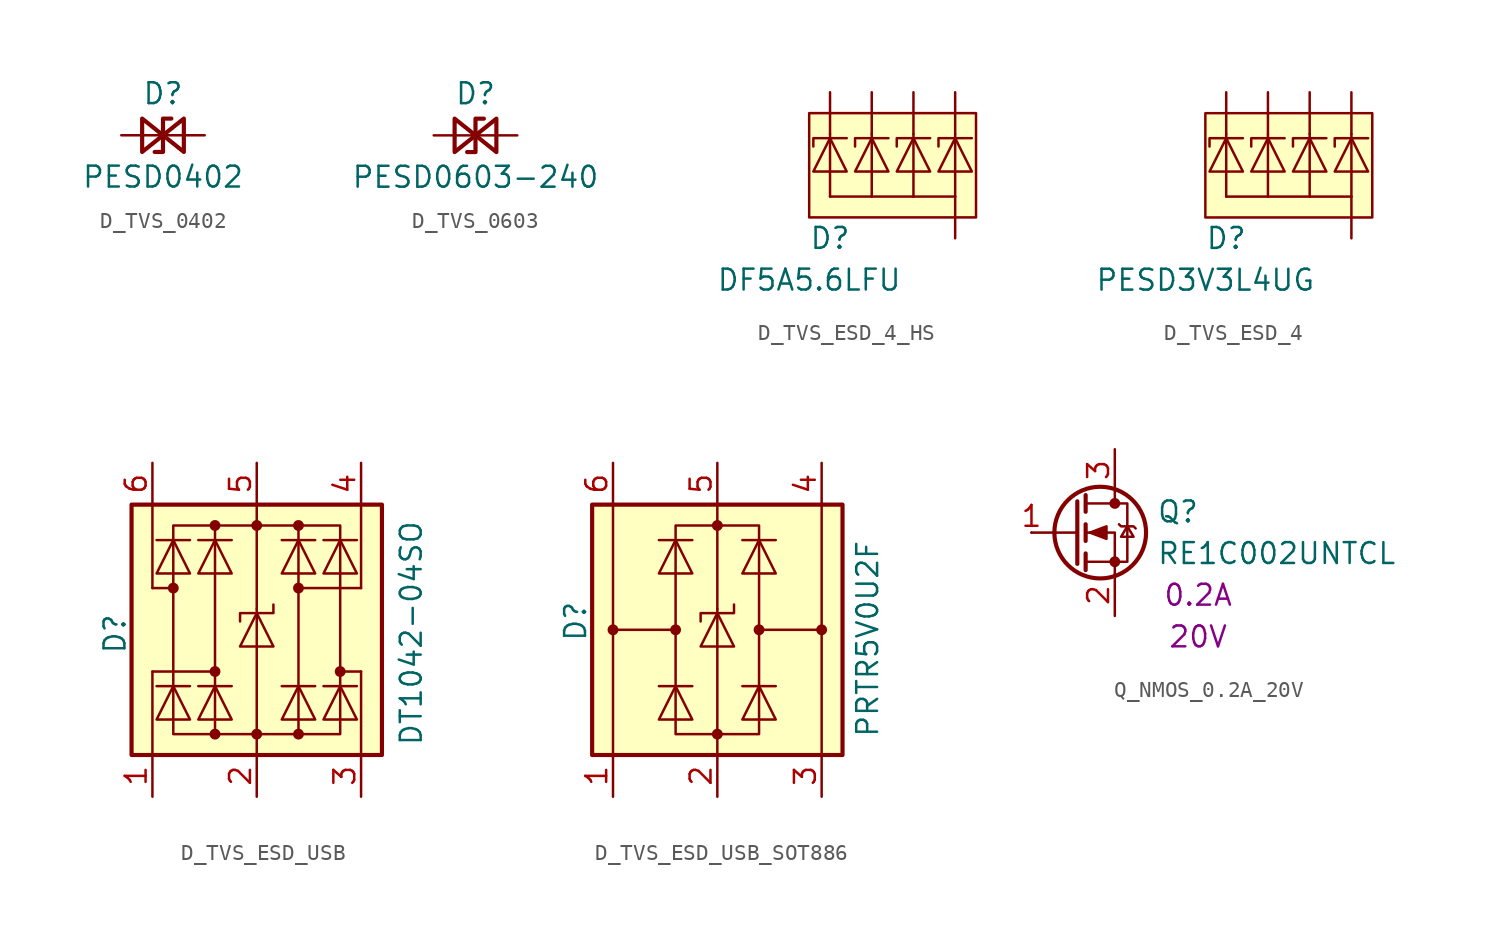
<source format=kicad_sym>
(kicad_symbol_lib
  (version 20231120)
  (generator "kicad_symbol_editor")
  (generator_version "8.0")
  (symbol "D_TVS_0402"
    (pin_numbers hide)
    (pin_names
      (offset 1.016) hide)
    (property "Reference" "D"
      (at 0 2.54 0)
      (effects (font (size 1.27 1.27))))
    (property "Value" "PESD0402"
      (at 0 -2.54 0)
      (effects (font (size 1.27 1.27))))
    (symbol "D_TVS_0402_0_1"
      (polyline (pts (xy -1.27 0) (xy 1.27 0)) (stroke (width 0) (type default)) (fill (type none)))
      (polyline (pts (xy 0.508 1.016) (xy 0 1.016) (xy 0 -1.016) (xy -0.508 -1.016)) (stroke (width 0.254) (type default)) (fill (type none)))
      (polyline (pts (xy -1.27 1.016) (xy -1.27 -1.016) (xy 1.27 1.016) (xy 1.27 -1.016) (xy -1.27 1.016)) (stroke (width 0.254) (type default)) (fill (type none))))
    (symbol "D_TVS_0402_1_1"
      (pin passive line (at -2.54 0 0) (length 1.27) (name "A1" (effects (font (size 1.27 1.27)))) (number "1" (effects (font (size 1.27 1.27)))))
      (pin passive line (at 2.54 0 180) (length 1.27) (name "A2" (effects (font (size 1.27 1.27)))) (number "2" (effects (font (size 1.27 1.27)))))))
  (symbol "D_TVS_0603"
    (pin_numbers hide)
    (pin_names
      (offset 1.016) hide)
    (property "Reference" "D"
      (at 0 2.54 0)
      (effects (font (size 1.27 1.27))))
    (property "Value" "PESD0603-240"
      (at 0 -2.54 0)
      (effects (font (size 1.27 1.27))))
    (symbol "D_TVS_0603_0_1"
      (polyline (pts (xy -1.27 0) (xy 1.27 0)) (stroke (width 0) (type default)) (fill (type none)))
      (polyline (pts (xy 0.508 1.016) (xy 0 1.016) (xy 0 -1.016) (xy -0.508 -1.016)) (stroke (width 0.254) (type default)) (fill (type none)))
      (polyline (pts (xy -1.27 1.016) (xy -1.27 -1.016) (xy 1.27 1.016) (xy 1.27 -1.016) (xy -1.27 1.016)) (stroke (width 0.254) (type default)) (fill (type none))))
    (symbol "D_TVS_0603_1_1"
      (pin passive line (at -2.54 0 0) (length 1.27) (name "A1" (effects (font (size 1.27 1.27)))) (number "1" (effects (font (size 1.27 1.27)))))
      (pin passive line (at 2.54 0 180) (length 1.27) (name "A2" (effects (font (size 1.27 1.27)))) (number "2" (effects (font (size 1.27 1.27)))))))
  (symbol "D_TVS_ESD_4_HS"
    (pin_numbers hide)
    (pin_names hide)
    (property "Reference" "D"
      (at -2.54 -5.08 0)
      (effects (font (size 1.27 1.27))))
    (property "Value" "DF5A5.6LFU"
      (at -3.81 -7.62 0)
      (effects (font (size 1.27 1.27))))
    (symbol "D_TVS_ESD_4_HS_0_1"
      (polyline (pts (xy -2.54 1.016) (xy -2.54 -2.54)) (stroke (width 0) (type default)) (fill (type none)))
      (polyline (pts (xy 0 1.016) (xy 0 -2.54)) (stroke (width 0) (type default)) (fill (type none)))
      (polyline (pts (xy 2.54 1.016) (xy 2.54 -2.54)) (stroke (width 0) (type default)) (fill (type none)))
      (polyline (pts (xy 5.08 1.016) (xy 5.08 -2.54)) (stroke (width 0) (type default)) (fill (type none)))
      (polyline (pts (xy -1.524 1.016) (xy -3.556 1.016) (xy -3.556 0.508)) (stroke (width 0) (type default)) (fill (type none)))
      (polyline (pts (xy 1.016 1.016) (xy -1.016 1.016) (xy -1.016 0.508)) (stroke (width 0) (type default)) (fill (type none)))
      (polyline (pts (xy 3.556 1.016) (xy 1.524 1.016) (xy 1.524 0.508)) (stroke (width 0) (type default)) (fill (type none)))
      (polyline (pts (xy 6.096 1.016) (xy 4.064 1.016) (xy 4.064 0.508)) (stroke (width 0) (type default)) (fill (type none)))
      (polyline (pts (xy -1.524 -1.016) (xy -2.54 1.016) (xy -3.556 -1.016) (xy -1.524 -1.016)) (stroke (width 0) (type default)) (fill (type none)))
      (polyline (pts (xy 1.016 -1.016) (xy 0 1.016) (xy -1.016 -1.016) (xy 1.016 -1.016)) (stroke (width 0) (type default)) (fill (type none)))
      (polyline (pts (xy 3.556 -1.016) (xy 2.54 1.016) (xy 1.524 -1.016) (xy 3.556 -1.016)) (stroke (width 0) (type default)) (fill (type none)))
      (polyline (pts (xy 6.096 -1.016) (xy 5.08 1.016) (xy 4.064 -1.016) (xy 6.096 -1.016)) (stroke (width 0) (type default)) (fill (type none))))
    (symbol "D_TVS_ESD_4_HS_1_1"
      (rectangle (start -3.81 2.54) (end 6.35 -3.81) (stroke (width 0) (type default)) (fill (type background)))
      (polyline (pts (xy -2.54 1.27) (xy -2.54 1.027)) (stroke (width 0) (type default)) (fill (type none)))
      (polyline (pts (xy 0 -2.54) (xy -2.54 -2.54)) (stroke (width 0) (type default)) (fill (type none)))
      (polyline (pts (xy 0 1.27) (xy 0 1.027)) (stroke (width 0) (type default)) (fill (type none)))
      (polyline (pts (xy 2.54 -2.54) (xy 0 -2.54)) (stroke (width 0) (type default)) (fill (type none)))
      (polyline (pts (xy 2.54 1.27) (xy 2.54 1.027)) (stroke (width 0) (type default)) (fill (type none)))
      (polyline (pts (xy 5.08 -2.54) (xy 2.54 -2.54)) (stroke (width 0) (type default)) (fill (type none)))
      (polyline (pts (xy 5.08 1.27) (xy 5.08 1.027)) (stroke (width 0) (type default)) (fill (type none)))
      (pin passive line (at -2.54 3.81 270) (length 2.54) (name "K1" (effects (font (size 1.27 1.27)))) (number "1" (effects (font (size 1.27 1.27)))))
      (pin passive line (at 5.08 -5.08 90) (length 2.54) (name "A" (effects (font (size 1.27 1.27)))) (number "2" (effects (font (size 1.27 1.27)))))
      (pin passive line (at 0 3.81 270) (length 2.54) (name "K2" (effects (font (size 1.27 1.27)))) (number "3" (effects (font (size 1.27 1.27)))))
      (pin passive line (at 2.54 3.81 270) (length 2.54) (name "K3" (effects (font (size 1.27 1.27)))) (number "4" (effects (font (size 1.27 1.27)))))
      (pin passive line (at 5.08 3.81 270) (length 2.54) (name "K4" (effects (font (size 1.27 1.27)))) (number "5" (effects (font (size 1.27 1.27)))))))
  (symbol "D_TVS_ESD_4"
    (pin_numbers hide)
    (pin_names hide)
    (property "Reference" "D"
      (at -2.54 -5.08 0)
      (effects (font (size 1.27 1.27))))
    (property "Value" "PESD3V3L4UG"
      (at -3.81 -7.62 0)
      (effects (font (size 1.27 1.27))))
    (symbol "D_TVS_ESD_4_0_1"
      (polyline (pts (xy -2.54 1.016) (xy -2.54 -2.54)) (stroke (width 0) (type default)) (fill (type none)))
      (polyline (pts (xy 0 1.016) (xy 0 -2.54)) (stroke (width 0) (type default)) (fill (type none)))
      (polyline (pts (xy 2.54 1.016) (xy 2.54 -2.54)) (stroke (width 0) (type default)) (fill (type none)))
      (polyline (pts (xy 5.08 1.016) (xy 5.08 -2.54)) (stroke (width 0) (type default)) (fill (type none)))
      (polyline (pts (xy -1.524 1.016) (xy -3.556 1.016) (xy -3.556 0.508)) (stroke (width 0) (type default)) (fill (type none)))
      (polyline (pts (xy 1.016 1.016) (xy -1.016 1.016) (xy -1.016 0.508)) (stroke (width 0) (type default)) (fill (type none)))
      (polyline (pts (xy 3.556 1.016) (xy 1.524 1.016) (xy 1.524 0.508)) (stroke (width 0) (type default)) (fill (type none)))
      (polyline (pts (xy 6.096 1.016) (xy 4.064 1.016) (xy 4.064 0.508)) (stroke (width 0) (type default)) (fill (type none)))
      (polyline (pts (xy -1.524 -1.016) (xy -2.54 1.016) (xy -3.556 -1.016) (xy -1.524 -1.016)) (stroke (width 0) (type default)) (fill (type none)))
      (polyline (pts (xy 1.016 -1.016) (xy 0 1.016) (xy -1.016 -1.016) (xy 1.016 -1.016)) (stroke (width 0) (type default)) (fill (type none)))
      (polyline (pts (xy 3.556 -1.016) (xy 2.54 1.016) (xy 1.524 -1.016) (xy 3.556 -1.016)) (stroke (width 0) (type default)) (fill (type none)))
      (polyline (pts (xy 6.096 -1.016) (xy 5.08 1.016) (xy 4.064 -1.016) (xy 6.096 -1.016)) (stroke (width 0) (type default)) (fill (type none))))
    (symbol "D_TVS_ESD_4_1_1"
      (rectangle (start -3.81 2.54) (end 6.35 -3.81) (stroke (width 0) (type default)) (fill (type background)))
      (polyline (pts (xy -2.54 1.27) (xy -2.54 1.027)) (stroke (width 0) (type default)) (fill (type none)))
      (polyline (pts (xy 0 -2.54) (xy -2.54 -2.54)) (stroke (width 0) (type default)) (fill (type none)))
      (polyline (pts (xy 0 1.27) (xy 0 1.027)) (stroke (width 0) (type default)) (fill (type none)))
      (polyline (pts (xy 2.54 -2.54) (xy 0 -2.54)) (stroke (width 0) (type default)) (fill (type none)))
      (polyline (pts (xy 2.54 1.27) (xy 2.54 1.027)) (stroke (width 0) (type default)) (fill (type none)))
      (polyline (pts (xy 5.08 -2.54) (xy 2.54 -2.54)) (stroke (width 0) (type default)) (fill (type none)))
      (polyline (pts (xy 5.08 1.27) (xy 5.08 1.027)) (stroke (width 0) (type default)) (fill (type none)))
      (pin passive line (at -2.54 3.81 270) (length 2.54) (name "K1" (effects (font (size 1.27 1.27)))) (number "1" (effects (font (size 1.27 1.27)))))
      (pin passive line (at 5.08 -5.08 90) (length 2.54) (name "A" (effects (font (size 1.27 1.27)))) (number "2" (effects (font (size 1.27 1.27)))))
      (pin passive line (at 0 3.81 270) (length 2.54) (name "K2" (effects (font (size 1.27 1.27)))) (number "3" (effects (font (size 1.27 1.27)))))
      (pin passive line (at 2.54 3.81 270) (length 2.54) (name "K3" (effects (font (size 1.27 1.27)))) (number "4" (effects (font (size 1.27 1.27)))))
      (pin passive line (at 5.08 3.81 270) (length 2.54) (name "K4" (effects (font (size 1.27 1.27)))) (number "5" (effects (font (size 1.27 1.27)))))))
  (symbol "D_TVS_ESD_USB"
    (pin_names hide)
    (property "Reference" "D"
      (at -8.636 -2.794 90)
      (effects (font (size 1.27 1.27)) (justify left)))
    (property "Value" "DT1042-04SO"
      (at 9.398 -8.382 90)
      (effects (font (size 1.27 1.27)) (justify left)))
    (symbol "D_TVS_ESD_USB_0_1"
      (circle (center -5.08 1.27) (radius 0.254) (stroke (width 0) (type default)) (fill (type outline)))
      (circle (center -2.54 -7.62) (radius 0.254) (stroke (width 0) (type default)) (fill (type outline)))
      (circle (center -2.54 -3.81) (radius 0.254) (stroke (width 0) (type default)) (fill (type outline)))
      (circle (center -2.54 5.08) (radius 0.254) (stroke (width 0) (type default)) (fill (type outline)))
      (rectangle (start -2.54 5.08) (end 2.54 -7.62) (stroke (width 0) (type default)) (fill (type none)))
      (circle (center 0 -7.62) (radius 0.254) (stroke (width 0) (type default)) (fill (type outline)))
      (polyline (pts (xy -5.08 1.27) (xy -6.35 1.27)) (stroke (width 0) (type default)) (fill (type none)))
      (polyline (pts (xy -4.064 -4.699) (xy -6.096 -4.699)) (stroke (width 0) (type default)) (fill (type none)))
      (polyline (pts (xy -4.064 4.191) (xy -6.096 4.191)) (stroke (width 0) (type default)) (fill (type none)))
      (polyline (pts (xy -2.54 -3.81) (xy -6.35 -3.81)) (stroke (width 0) (type default)) (fill (type none)))
      (polyline (pts (xy -1.524 -4.699) (xy -3.556 -4.699)) (stroke (width 0) (type default)) (fill (type none)))
      (polyline (pts (xy -1.524 4.191) (xy -3.556 4.191)) (stroke (width 0) (type default)) (fill (type none)))
      (polyline (pts (xy 0 -8.89) (xy 0 -7.62)) (stroke (width 0) (type default)) (fill (type none)))
      (polyline (pts (xy 0 -7.62) (xy 0 0)) (stroke (width 0) (type default)) (fill (type none)))
      (polyline (pts (xy 0 0) (xy 0 5.08)) (stroke (width 0) (type default)) (fill (type none)))
      (polyline (pts (xy 0 5.08) (xy 0 6.35)) (stroke (width 0) (type default)) (fill (type none)))
      (polyline (pts (xy 1.524 -4.699) (xy 3.556 -4.699)) (stroke (width 0) (type default)) (fill (type none)))
      (polyline (pts (xy 1.524 4.191) (xy 3.556 4.191)) (stroke (width 0) (type default)) (fill (type none)))
      (polyline (pts (xy 2.54 1.27) (xy 6.35 1.27)) (stroke (width 0) (type default)) (fill (type none)))
      (polyline (pts (xy 4.064 -4.699) (xy 6.096 -4.699)) (stroke (width 0) (type default)) (fill (type none)))
      (polyline (pts (xy 4.064 4.191) (xy 6.096 4.191)) (stroke (width 0) (type default)) (fill (type none)))
      (polyline (pts (xy 5.08 -3.81) (xy 6.35 -3.81)) (stroke (width 0) (type default)) (fill (type none)))
      (polyline (pts (xy -6.096 -6.731) (xy -4.064 -6.731) (xy -5.08 -4.699) (xy -6.096 -6.731)) (stroke (width 0) (type default)) (fill (type none)))
      (polyline (pts (xy -6.096 2.159) (xy -4.064 2.159) (xy -5.08 4.191) (xy -6.096 2.159)) (stroke (width 0) (type default)) (fill (type none)))
      (polyline (pts (xy -3.556 -6.731) (xy -1.524 -6.731) (xy -2.54 -4.699) (xy -3.556 -6.731)) (stroke (width 0) (type default)) (fill (type none)))
      (polyline (pts (xy -3.556 2.159) (xy -1.524 2.159) (xy -2.54 4.191) (xy -3.556 2.159)) (stroke (width 0) (type default)) (fill (type none)))
      (polyline (pts (xy -2.54 5.08) (xy -5.08 5.08) (xy -5.08 -7.62) (xy -2.54 -7.62)) (stroke (width 0) (type default)) (fill (type none)))
      (polyline (pts (xy -1.016 -2.286) (xy 1.016 -2.286) (xy 0 -0.254) (xy -1.016 -2.286)) (stroke (width 0) (type default)) (fill (type none)))
      (polyline (pts (xy 1.015 0.268) (xy 1.015 -0.254) (xy -1.016 -0.254) (xy -1.016 -0.762)) (stroke (width 0) (type default)) (fill (type none)))
      (polyline (pts (xy 2.54 5.08) (xy 5.08 5.08) (xy 5.08 -7.62) (xy 2.54 -7.62)) (stroke (width 0) (type default)) (fill (type none)))
      (polyline (pts (xy 3.556 -6.731) (xy 1.524 -6.731) (xy 2.54 -4.699) (xy 3.556 -6.731)) (stroke (width 0) (type default)) (fill (type none)))
      (polyline (pts (xy 3.556 2.159) (xy 1.524 2.159) (xy 2.54 4.191) (xy 3.556 2.159)) (stroke (width 0) (type default)) (fill (type none)))
      (polyline (pts (xy 6.096 -6.731) (xy 4.064 -6.731) (xy 5.08 -4.699) (xy 6.096 -6.731)) (stroke (width 0) (type default)) (fill (type none)))
      (polyline (pts (xy 6.096 2.159) (xy 4.064 2.159) (xy 5.08 4.191) (xy 6.096 2.159)) (stroke (width 0) (type default)) (fill (type none)))
      (circle (center 0 5.08) (radius 0.254) (stroke (width 0) (type default)) (fill (type outline)))
      (circle (center 2.54 -7.62) (radius 0.254) (stroke (width 0) (type default)) (fill (type outline)))
      (circle (center 2.54 1.27) (radius 0.254) (stroke (width 0) (type default)) (fill (type outline)))
      (circle (center 2.54 5.08) (radius 0.254) (stroke (width 0) (type default)) (fill (type outline)))
      (circle (center 5.08 -3.81) (radius 0.254) (stroke (width 0) (type default)) (fill (type outline))))
    (symbol "D_TVS_ESD_USB_1_1"
      (rectangle (start -7.62 6.35) (end 7.62 -8.89) (stroke (width 0.254) (type default)) (fill (type background)))
      (polyline (pts (xy -6.35 -8.89) (xy -6.35 -3.81)) (stroke (width 0) (type default)) (fill (type none)))
      (polyline (pts (xy -6.35 6.35) (xy -6.35 1.27)) (stroke (width 0) (type default)) (fill (type none)))
      (polyline (pts (xy 6.35 -3.81) (xy 6.35 -8.89)) (stroke (width 0) (type default)) (fill (type none)))
      (polyline (pts (xy 6.35 1.27) (xy 6.35 6.35)) (stroke (width 0) (type default)) (fill (type none)))
      (pin passive line (at -6.35 -11.43 90) (length 2.54) (name "I/O1" (effects (font (size 1.27 1.27)))) (number "1" (effects (font (size 1.27 1.27)))))
      (pin passive line (at 0 -11.43 90) (length 2.54) (name "GND" (effects (font (size 1.27 1.27)))) (number "2" (effects (font (size 1.27 1.27)))))
      (pin passive line (at 6.35 -11.43 90) (length 2.54) (name "I/O2" (effects (font (size 1.27 1.27)))) (number "3" (effects (font (size 1.27 1.27)))))
      (pin passive line (at 6.35 8.89 270) (length 2.54) (name "I/O3" (effects (font (size 1.27 1.27)))) (number "4" (effects (font (size 1.27 1.27)))))
      (pin passive line (at 0 8.89 270) (length 2.54) (name "VCC" (effects (font (size 1.27 1.27)))) (number "5" (effects (font (size 1.27 1.27)))))
      (pin passive line (at -6.35 8.89 270) (length 2.54) (name "I/O4" (effects (font (size 1.27 1.27)))) (number "6" (effects (font (size 1.27 1.27)))))))
  (symbol "D_TVS_ESD_USB_SOT886"
    (pin_names hide)
    (property "Reference" "D"
      (at -8.636 -0.762 90)
      (effects (font (size 1.27 1.27)) (justify left)))
    (property "Value" "PRTR5V0U2F"
      (at 9.144 -6.604 90)
      (effects (font (size 1.27 1.27)) (justify left)))
    (symbol "D_TVS_ESD_USB_SOT886_0_1"
      (circle (center -6.35 0) (radius 0.254) (stroke (width 0) (type default)) (fill (type outline)))
      (rectangle (start -2.54 -6.35) (end 2.54 6.35) (stroke (width 0) (type default)) (fill (type none)))
      (circle (center -2.54 0) (radius 0.254) (stroke (width 0) (type default)) (fill (type outline)))
      (circle (center 0 -6.35) (radius 0.254) (stroke (width 0) (type default)) (fill (type outline)))
      (polyline (pts (xy -2.54 0) (xy -6.35 0)) (stroke (width 0) (type default)) (fill (type none)))
      (polyline (pts (xy -1.524 -3.429) (xy -3.556 -3.429)) (stroke (width 0) (type default)) (fill (type none)))
      (polyline (pts (xy -1.524 5.461) (xy -3.556 5.461)) (stroke (width 0) (type default)) (fill (type none)))
      (polyline (pts (xy 0 -7.62) (xy 0 -6.35)) (stroke (width 0) (type default)) (fill (type none)))
      (polyline (pts (xy 0 -6.35) (xy 0 1.27)) (stroke (width 0) (type default)) (fill (type none)))
      (polyline (pts (xy 0 1.27) (xy 0 6.35)) (stroke (width 0) (type default)) (fill (type none)))
      (polyline (pts (xy 0 6.35) (xy 0 7.62)) (stroke (width 0) (type default)) (fill (type none)))
      (polyline (pts (xy 1.524 -3.429) (xy 3.556 -3.429)) (stroke (width 0) (type default)) (fill (type none)))
      (polyline (pts (xy 1.524 5.461) (xy 3.556 5.461)) (stroke (width 0) (type default)) (fill (type none)))
      (polyline (pts (xy 2.54 0) (xy 6.35 0)) (stroke (width 0) (type default)) (fill (type none)))
      (polyline (pts (xy -3.556 -5.461) (xy -1.524 -5.461) (xy -2.54 -3.429) (xy -3.556 -5.461)) (stroke (width 0) (type default)) (fill (type none)))
      (polyline (pts (xy -3.556 3.429) (xy -1.524 3.429) (xy -2.54 5.461) (xy -3.556 3.429)) (stroke (width 0) (type default)) (fill (type none)))
      (polyline (pts (xy -1.016 -1.016) (xy 1.016 -1.016) (xy 0 1.016) (xy -1.016 -1.016)) (stroke (width 0) (type default)) (fill (type none)))
      (polyline (pts (xy 1.015 1.538) (xy 1.015 1.016) (xy -1.016 1.016) (xy -1.016 0.508)) (stroke (width 0) (type default)) (fill (type none)))
      (polyline (pts (xy 3.556 -5.461) (xy 1.524 -5.461) (xy 2.54 -3.429) (xy 3.556 -5.461)) (stroke (width 0) (type default)) (fill (type none)))
      (polyline (pts (xy 3.556 3.429) (xy 1.524 3.429) (xy 2.54 5.461) (xy 3.556 3.429)) (stroke (width 0) (type default)) (fill (type none)))
      (circle (center 0 6.35) (radius 0.254) (stroke (width 0) (type default)) (fill (type outline)))
      (circle (center 2.54 0) (radius 0.254) (stroke (width 0) (type default)) (fill (type outline)))
      (circle (center 6.35 0) (radius 0.254) (stroke (width 0) (type default)) (fill (type outline))))
    (symbol "D_TVS_ESD_USB_SOT886_1_1"
      (rectangle (start -7.62 -7.62) (end 7.62 7.62) (stroke (width 0.254) (type default)) (fill (type background)))
      (polyline (pts (xy -6.35 -7.62) (xy -6.35 0)) (stroke (width 0) (type default)) (fill (type none)))
      (polyline (pts (xy -6.35 7.62) (xy -6.35 0)) (stroke (width 0) (type default)) (fill (type none)))
      (polyline (pts (xy 6.35 0) (xy 6.35 -7.62)) (stroke (width 0) (type default)) (fill (type none)))
      (polyline (pts (xy 6.35 0) (xy 6.35 7.62)) (stroke (width 0) (type default)) (fill (type none)))
      (pin passive line (at -6.35 -10.16 90) (length 2.54) (name "I/O1" (effects (font (size 1.27 1.27)))) (number "1" (effects (font (size 1.27 1.27)))))
      (pin passive line (at 0 -10.16 90) (length 2.54) (name "GND" (effects (font (size 1.27 1.27)))) (number "2" (effects (font (size 1.27 1.27)))))
      (pin passive line (at 6.35 -10.16 90) (length 2.54) (name "I/O2" (effects (font (size 1.27 1.27)))) (number "3" (effects (font (size 1.27 1.27)))))
      (pin passive line (at 6.35 10.16 270) (length 2.54) (name "I/O3" (effects (font (size 1.27 1.27)))) (number "4" (effects (font (size 1.27 1.27)))))
      (pin passive line (at 0 10.16 270) (length 2.54) (name "VCC" (effects (font (size 1.27 1.27)))) (number "5" (effects (font (size 1.27 1.27)))))
      (pin passive line (at -6.35 10.16 270) (length 2.54) (name "I/O4" (effects (font (size 1.27 1.27)))) (number "6" (effects (font (size 1.27 1.27)))))))
  (symbol "Q_NMOS_0.2A_20V"
    (pin_names
      (offset 0) hide)
    (property "Reference" "Q"
      (at 5.08 1.27 0)
      (effects (font (size 1.27 1.27)) (justify left)))
    (property "Value" "RE1C002UNTCL"
      (at 5.08 -1.27 0)
      (effects (font (size 1.27 1.27)) (justify left)))
    (property "IMax" "0.2A"
      (at 7.62 -3.81 0)
      (effects (font (size 1.27 1.27))))
    (property "VMax" "20V"
      (at 7.62 -6.35 0)
      (effects (font (size 1.27 1.27))))
    (symbol "Q_NMOS_0.2A_20V_0_1"
      (polyline (pts (xy 0.254 0) (xy -2.54 0)) (stroke (width 0) (type default)) (fill (type none)))
      (polyline (pts (xy 0.254 1.905) (xy 0.254 -1.905)) (stroke (width 0.254) (type default)) (fill (type none)))
      (polyline (pts (xy 0.762 -1.27) (xy 0.762 -2.286)) (stroke (width 0.254) (type default)) (fill (type none)))
      (polyline (pts (xy 0.762 0.508) (xy 0.762 -0.508)) (stroke (width 0.254) (type default)) (fill (type none)))
      (polyline (pts (xy 0.762 2.286) (xy 0.762 1.27)) (stroke (width 0.254) (type default)) (fill (type none)))
      (polyline (pts (xy 2.54 2.54) (xy 2.54 1.778)) (stroke (width 0) (type default)) (fill (type none)))
      (polyline (pts (xy 2.54 -2.54) (xy 2.54 0) (xy 0.762 0)) (stroke (width 0) (type default)) (fill (type none)))
      (polyline (pts (xy 0.762 -1.778) (xy 3.302 -1.778) (xy 3.302 1.778) (xy 0.762 1.778)) (stroke (width 0) (type default)) (fill (type none)))
      (polyline (pts (xy 1.016 0) (xy 2.032 0.381) (xy 2.032 -0.381) (xy 1.016 0)) (stroke (width 0) (type default)) (fill (type outline)))
      (polyline (pts (xy 2.794 0.508) (xy 2.921 0.381) (xy 3.683 0.381) (xy 3.81 0.254)) (stroke (width 0) (type default)) (fill (type none)))
      (polyline (pts (xy 3.302 0.381) (xy 2.921 -0.254) (xy 3.683 -0.254) (xy 3.302 0.381)) (stroke (width 0) (type default)) (fill (type none)))
      (circle (center 1.651 0) (radius 2.794) (stroke (width 0.254) (type default)) (fill (type none)))
      (circle (center 2.54 -1.778) (radius 0.254) (stroke (width 0) (type default)) (fill (type outline)))
      (circle (center 2.54 1.778) (radius 0.254) (stroke (width 0) (type default)) (fill (type outline))))
    (symbol "Q_NMOS_0.2A_20V_1_1"
      (pin input line (at -2.54 0 0) (length 0) (name "G" (effects (font (size 1.27 1.27)))) (number "1" (effects (font (size 1.27 1.27)))))
      (pin passive line (at 2.54 -5.08 90) (length 2.54) (name "S" (effects (font (size 1.27 1.27)))) (number "2" (effects (font (size 1.27 1.27)))))
      (pin passive line (at 2.54 5.08 270) (length 2.54) (name "D" (effects (font (size 1.27 1.27)))) (number "3" (effects (font (size 1.27 1.27))))))))
</source>
